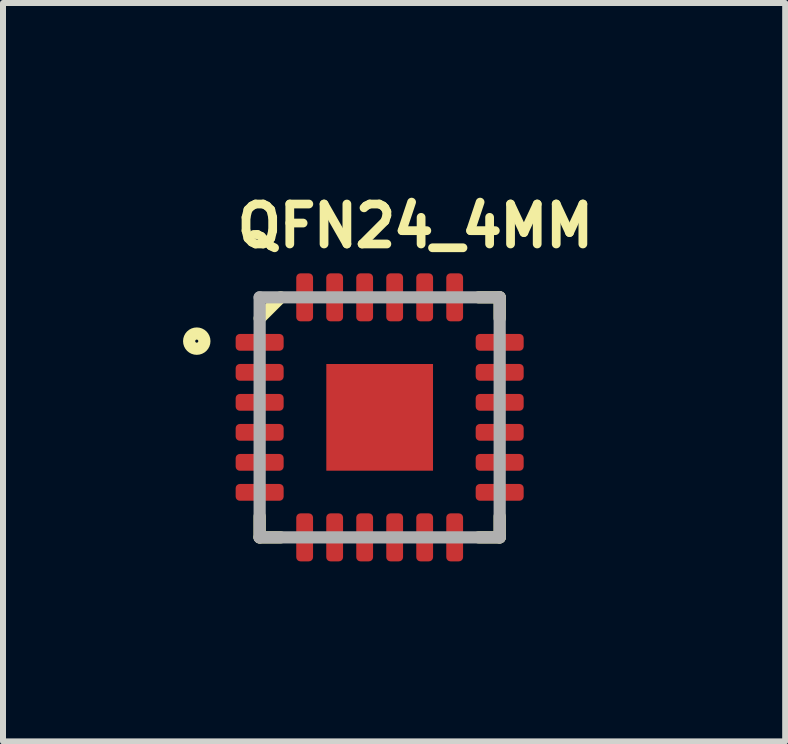
<source format=kicad_pcb>
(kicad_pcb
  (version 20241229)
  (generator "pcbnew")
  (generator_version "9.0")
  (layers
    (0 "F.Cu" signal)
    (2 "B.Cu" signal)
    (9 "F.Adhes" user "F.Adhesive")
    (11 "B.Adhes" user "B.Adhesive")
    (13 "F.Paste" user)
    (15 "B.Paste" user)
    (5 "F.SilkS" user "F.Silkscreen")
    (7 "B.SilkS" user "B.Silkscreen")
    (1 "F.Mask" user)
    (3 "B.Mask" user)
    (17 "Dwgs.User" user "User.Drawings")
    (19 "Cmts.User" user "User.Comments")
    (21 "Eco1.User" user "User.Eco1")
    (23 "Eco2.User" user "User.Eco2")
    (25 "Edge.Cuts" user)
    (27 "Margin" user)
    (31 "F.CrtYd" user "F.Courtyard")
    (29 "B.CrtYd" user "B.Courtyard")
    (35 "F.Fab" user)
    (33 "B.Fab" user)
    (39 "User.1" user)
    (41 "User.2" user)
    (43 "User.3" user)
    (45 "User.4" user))
  (footprint "QFN24_4MM"
    (layer "F.Cu")
    (at 3.277 3.905)
    (property "Reference" "QFN24_4MM" (at -2.45 -2.8 0) (layer "F.SilkS") (effects (font (size 0.666 0.666) (thickness 0.146)) (justify left bottom)))
    (fp_line (start -2 2) (end -2 1.65) (stroke (width 0.203) (type solid)) (layer "F.SilkS"))
    (fp_line (start -1.65 -2) (end -2 -1.65) (stroke (width 0.203) (type solid)) (layer "F.SilkS"))
    (fp_line (start -1.65 2) (end -2 2) (stroke (width 0.203) (type solid)) (layer "F.SilkS"))
    (fp_line (start 1.65 2) (end 2 2) (stroke (width 0.203) (type solid)) (layer "F.SilkS"))
    (fp_line (start 2 -2) (end 1.65 -2) (stroke (width 0.203) (type solid)) (layer "F.SilkS"))
    (fp_line (start 2 -1.65) (end 2 -2) (stroke (width 0.203) (type solid)) (layer "F.SilkS"))
    (fp_line (start 2 1.65) (end 2 2) (stroke (width 0.203) (type solid)) (layer "F.SilkS"))
    (fp_circle (center -3.048 -1.27) (end -2.921 -1.27) (stroke (width 0.203) (type solid)) (fill no) (layer "F.SilkS"))
    (fp_poly (pts (xy -0.75 -0.1) (xy -0.1 -0.1) (xy -0.1 -0.75) (xy -0.75 -0.75)) (stroke (width 0) (type default)) (fill yes) (layer "F.Paste"))
    (fp_poly (pts (xy -0.75 0.75) (xy -0.1 0.75) (xy -0.1 0.1) (xy -0.75 0.1)) (stroke (width 0) (type default)) (fill yes) (layer "F.Paste"))
    (fp_poly (pts (xy 0.1 -0.1) (xy 0.75 -0.1) (xy 0.75 -0.75) (xy 0.1 -0.75)) (stroke (width 0) (type default)) (fill yes) (layer "F.Paste"))
    (fp_poly (pts (xy 0.1 0.75) (xy 0.75 0.75) (xy 0.75 0.1) (xy 0.1 0.1)) (stroke (width 0) (type default)) (fill yes) (layer "F.Paste"))
    (fp_line (start -2 -2) (end -2 2) (stroke (width 0.203) (type solid)) (layer "F.Fab"))
    (fp_line (start -2 2) (end 2 2) (stroke (width 0.203) (type solid)) (layer "F.Fab"))
    (fp_line (start 2 -2) (end -2 -2) (stroke (width 0.203) (type solid)) (layer "F.Fab"))
    (fp_line (start 2 2) (end 2 -2) (stroke (width 0.203) (type solid)) (layer "F.Fab"))
    (pad "1" smd roundrect (at -2 -1.25 180) (size 0.8 0.28) (layers "F.Cu" "F.Mask" "F.Paste") (roundrect_rratio 0.25))
    (pad "2" smd roundrect (at -2 -0.75 180) (size 0.8 0.28) (layers "F.Cu" "F.Mask" "F.Paste") (roundrect_rratio 0.25))
    (pad "3" smd roundrect (at -2 -0.25 180) (size 0.8 0.28) (layers "F.Cu" "F.Mask" "F.Paste") (roundrect_rratio 0.25))
    (pad "4" smd roundrect (at -2 0.25 180) (size 0.8 0.28) (layers "F.Cu" "F.Mask" "F.Paste") (roundrect_rratio 0.25))
    (pad "5" smd roundrect (at -2 0.75 180) (size 0.8 0.28) (layers "F.Cu" "F.Mask" "F.Paste") (roundrect_rratio 0.25))
    (pad "6" smd roundrect (at -2 1.25 180) (size 0.8 0.28) (layers "F.Cu" "F.Mask" "F.Paste") (roundrect_rratio 0.25))
    (pad "7" smd roundrect (at -1.25 2 90) (size 0.8 0.28) (layers "F.Cu" "F.Mask" "F.Paste") (roundrect_rratio 0.25))
    (pad "8" smd roundrect (at -0.75 2 90) (size 0.8 0.28) (layers "F.Cu" "F.Mask" "F.Paste") (roundrect_rratio 0.25))
    (pad "9" smd roundrect (at -0.25 2 90) (size 0.8 0.28) (layers "F.Cu" "F.Mask" "F.Paste") (roundrect_rratio 0.25))
    (pad "10" smd roundrect (at 0.25 2 90) (size 0.8 0.28) (layers "F.Cu" "F.Mask" "F.Paste") (roundrect_rratio 0.25))
    (pad "11" smd roundrect (at 0.75 2 90) (size 0.8 0.28) (layers "F.Cu" "F.Mask" "F.Paste") (roundrect_rratio 0.25))
    (pad "12" smd roundrect (at 1.25 2 90) (size 0.8 0.28) (layers "F.Cu" "F.Mask" "F.Paste") (roundrect_rratio 0.25))
    (pad "13" smd roundrect (at 2 1.25) (size 0.8 0.28) (layers "F.Cu" "F.Mask" "F.Paste") (roundrect_rratio 0.25))
    (pad "14" smd roundrect (at 2 0.75) (size 0.8 0.28) (layers "F.Cu" "F.Mask" "F.Paste") (roundrect_rratio 0.25))
    (pad "15" smd roundrect (at 2 0.25) (size 0.8 0.28) (layers "F.Cu" "F.Mask" "F.Paste") (roundrect_rratio 0.25))
    (pad "16" smd roundrect (at 2 -0.25) (size 0.8 0.28) (layers "F.Cu" "F.Mask" "F.Paste") (roundrect_rratio 0.25))
    (pad "17" smd roundrect (at 2 -0.75) (size 0.8 0.28) (layers "F.Cu" "F.Mask" "F.Paste") (roundrect_rratio 0.25))
    (pad "18" smd roundrect (at 2 -1.25) (size 0.8 0.28) (layers "F.Cu" "F.Mask" "F.Paste") (roundrect_rratio 0.25))
    (pad "19" smd roundrect (at 1.25 -2 270) (size 0.8 0.28) (layers "F.Cu" "F.Mask" "F.Paste") (roundrect_rratio 0.25))
    (pad "20" smd roundrect (at 0.75 -2 270) (size 0.8 0.28) (layers "F.Cu" "F.Mask" "F.Paste") (roundrect_rratio 0.25))
    (pad "21" smd roundrect (at 0.25 -2 270) (size 0.8 0.28) (layers "F.Cu" "F.Mask" "F.Paste") (roundrect_rratio 0.25))
    (pad "22" smd roundrect (at -0.25 -2 270) (size 0.8 0.28) (layers "F.Cu" "F.Mask" "F.Paste") (roundrect_rratio 0.25))
    (pad "23" smd roundrect (at -0.75 -2 270) (size 0.8 0.28) (layers "F.Cu" "F.Mask" "F.Paste") (roundrect_rratio 0.25))
    (pad "24" smd roundrect (at -1.25 -2 270) (size 0.8 0.28) (layers "F.Cu" "F.Mask" "F.Paste") (roundrect_rratio 0.25))
    (pad "THERM" smd rect (at 0 0) (size 1.778 1.778) (layers "F.Cu" "F.Mask")))
  (gr_rect
    (start -3 -3)
    (end 10.035 9.305)
    (stroke (width 0.1) (type default))
    (fill no)
    (layer "Edge.Cuts")))
</source>
